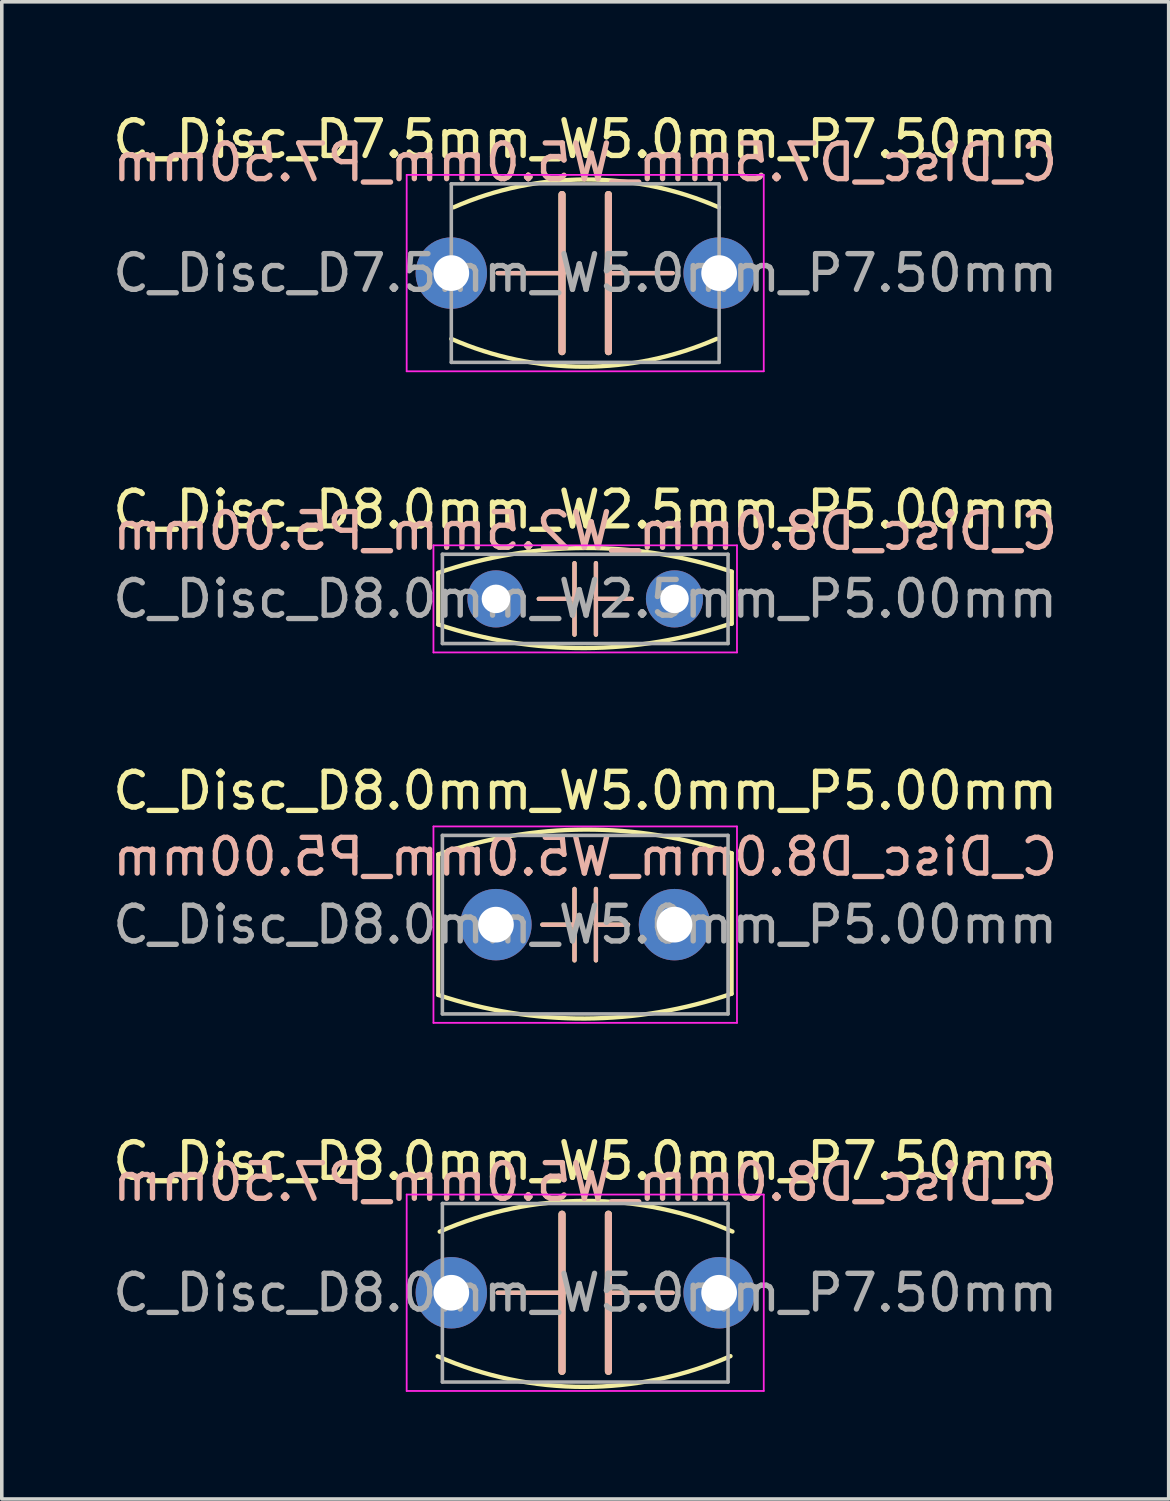
<source format=kicad_pcb>
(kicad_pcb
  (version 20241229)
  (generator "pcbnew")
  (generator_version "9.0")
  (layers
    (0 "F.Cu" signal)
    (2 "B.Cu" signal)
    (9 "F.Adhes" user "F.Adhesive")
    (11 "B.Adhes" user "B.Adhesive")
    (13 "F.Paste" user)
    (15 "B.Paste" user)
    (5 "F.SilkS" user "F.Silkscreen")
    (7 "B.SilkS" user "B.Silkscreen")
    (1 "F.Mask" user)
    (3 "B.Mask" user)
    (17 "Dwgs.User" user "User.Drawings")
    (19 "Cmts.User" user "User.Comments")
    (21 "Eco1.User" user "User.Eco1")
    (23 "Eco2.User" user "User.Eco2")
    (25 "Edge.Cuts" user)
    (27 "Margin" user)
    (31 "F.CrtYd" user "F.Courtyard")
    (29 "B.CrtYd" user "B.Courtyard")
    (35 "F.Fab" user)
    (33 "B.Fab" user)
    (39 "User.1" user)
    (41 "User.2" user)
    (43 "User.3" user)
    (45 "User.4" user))
  (footprint "C_Disc_D8.0mm_W5.0mm_P7.50mm"
    (layer "F.Cu")
    (at 9.589 33.154)
    (property "Reference" "C_Disc_D8.0mm_W5.0mm_P7.50mm" (at 3.75 -3.687 0) (layer "F.SilkS") (effects (font (size 1 1) (thickness 0.15))))
    (fp_line (start 1.3 0) (end 3.1 0) (stroke (width 0.12) (type solid)) (layer "F.SilkS"))
    (fp_line (start 3.1 0) (end 3.1 -2.2) (stroke (width 0.2) (type solid)) (layer "F.SilkS"))
    (fp_line (start 3.1 0) (end 3.1 2.2) (stroke (width 0.2) (type solid)) (layer "F.SilkS"))
    (fp_line (start 4.4 0) (end 4.4 -2.2) (stroke (width 0.2) (type solid)) (layer "F.SilkS"))
    (fp_line (start 4.4 0) (end 4.4 2.2) (stroke (width 0.2) (type solid)) (layer "F.SilkS"))
    (fp_line (start 4.4 0) (end 6.2 0) (stroke (width 0.12) (type solid)) (layer "F.SilkS"))
    (fp_arc (start -0.325738 -1.711198) (mid 3.773785 -2.57289) (end 7.874 -1.7145) (stroke (width 0.12) (type solid)) (layer "F.SilkS"))
    (fp_arc (start 7.818738 1.774698) (mid 3.719215 2.63639) (end -0.381 1.778) (stroke (width 0.12) (type solid)) (layer "F.SilkS"))
    (fp_line (start 1.3 0) (end 3.048 0) (stroke (width 0.12) (type solid)) (layer "B.SilkS"))
    (fp_line (start 3.1 0) (end 3.1 -2.2) (stroke (width 0.2) (type solid)) (layer "B.SilkS"))
    (fp_line (start 3.1 0) (end 3.1 2.2) (stroke (width 0.2) (type solid)) (layer "B.SilkS"))
    (fp_line (start 4.4 0) (end 4.4 -2.2) (stroke (width 0.2) (type solid)) (layer "B.SilkS"))
    (fp_line (start 4.4 0) (end 4.4 2.2) (stroke (width 0.2) (type solid)) (layer "B.SilkS"))
    (fp_line (start 4.445 0) (end 6.2 0) (stroke (width 0.12) (type solid)) (layer "B.SilkS"))
    (fp_line (start -1.25 -2.75) (end -1.25 2.75) (stroke (width 0.05) (type solid)) (layer "F.CrtYd"))
    (fp_line (start -1.25 2.75) (end 8.75 2.75) (stroke (width 0.05) (type solid)) (layer "F.CrtYd"))
    (fp_line (start 8.75 -2.75) (end -1.25 -2.75) (stroke (width 0.05) (type solid)) (layer "F.CrtYd"))
    (fp_line (start 8.75 2.75) (end 8.75 -2.75) (stroke (width 0.05) (type solid)) (layer "F.CrtYd"))
    (fp_line (start -0.25 -2.5) (end -0.25 2.5) (stroke (width 0.1) (type solid)) (layer "F.Fab"))
    (fp_line (start -0.25 2.5) (end 7.75 2.5) (stroke (width 0.1) (type solid)) (layer "F.Fab"))
    (fp_line (start 7.75 -2.5) (end -0.25 -2.5) (stroke (width 0.1) (type solid)) (layer "F.Fab"))
    (fp_line (start 7.75 2.5) (end 7.75 -2.5) (stroke (width 0.1) (type solid)) (layer "F.Fab"))
    (fp_text user "${REFERENCE}" (at 3.75 -3.1 0) (layer "B.SilkS") (effects (font (size 1 1) (thickness 0.15)) (justify mirror)))
    (fp_text user "${REFERENCE}" (at 3.75 0 0) (layer "F.Fab") (effects (font (size 1 1) (thickness 0.15))))
    (pad "1" thru_hole circle (at 0 0) (size 2 2) (drill 1) (layers "*.Cu" "*.Mask"))
    (pad "2" thru_hole circle (at 7.5 0) (size 2 2) (drill 1) (layers "*.Cu" "*.Mask")))
  (footprint "C_Disc_D8.0mm_W5.0mm_P5.00mm"
    (layer "F.Cu")
    (at 10.839 22.845)
    (property "Reference" "C_Disc_D8.0mm_W5.0mm_P5.00mm" (at 2.5 -3.75 0) (layer "F.SilkS") (effects (font (size 1 1) (thickness 0.15))))
    (fp_line (start -1.615 -1.968) (end -1.615 1.968) (stroke (width 0.12) (type solid)) (layer "F.SilkS"))
    (fp_line (start 1.3 0) (end 2.2 0) (stroke (width 0.12) (type solid)) (layer "F.SilkS"))
    (fp_line (start 2.2 0) (end 2.2 -1) (stroke (width 0.12) (type solid)) (layer "F.SilkS"))
    (fp_line (start 2.2 0) (end 2.2 1) (stroke (width 0.12) (type solid)) (layer "F.SilkS"))
    (fp_line (start 2.8 -1) (end 2.8 1) (stroke (width 0.12) (type solid)) (layer "F.SilkS"))
    (fp_line (start 2.8 0) (end 3.7 0) (stroke (width 0.12) (type solid)) (layer "F.SilkS"))
    (fp_line (start 6.599 1.935) (end 6.604 -1.999) (stroke (width 0.12) (type solid)) (layer "F.SilkS"))
    (fp_arc (start -1.614989 -1.9685) (mid 2.491959 -2.66205) (end 6.604 -1.999369) (stroke (width 0.12) (type solid)) (layer "F.SilkS"))
    (fp_arc (start 6.598727 1.934978) (mid 2.494632 2.628733) (end -1.614989 1.9685) (stroke (width 0.12) (type solid)) (layer "F.SilkS"))
    (fp_line (start 1.3 0) (end 2.2 0) (stroke (width 0.12) (type solid)) (layer "B.SilkS"))
    (fp_line (start 2.2 0) (end 2.2 -1) (stroke (width 0.12) (type solid)) (layer "B.SilkS"))
    (fp_line (start 2.2 0) (end 2.2 1) (stroke (width 0.12) (type solid)) (layer "B.SilkS"))
    (fp_line (start 2.8 0) (end 3.7 0) (stroke (width 0.12) (type solid)) (layer "B.SilkS"))
    (fp_line (start 2.8 1) (end 2.8 -1) (stroke (width 0.12) (type solid)) (layer "B.SilkS"))
    (fp_line (start -1.75 -2.75) (end -1.75 2.75) (stroke (width 0.05) (type solid)) (layer "F.CrtYd"))
    (fp_line (start -1.75 2.75) (end 6.75 2.75) (stroke (width 0.05) (type solid)) (layer "F.CrtYd"))
    (fp_line (start 6.75 -2.75) (end -1.75 -2.75) (stroke (width 0.05) (type solid)) (layer "F.CrtYd"))
    (fp_line (start 6.75 2.75) (end 6.75 -2.75) (stroke (width 0.05) (type solid)) (layer "F.CrtYd"))
    (fp_line (start -1.5 -2.5) (end -1.5 2.5) (stroke (width 0.1) (type solid)) (layer "F.Fab"))
    (fp_line (start -1.5 2.5) (end 6.5 2.5) (stroke (width 0.1) (type solid)) (layer "F.Fab"))
    (fp_line (start 6.5 -2.5) (end -1.5 -2.5) (stroke (width 0.1) (type solid)) (layer "F.Fab"))
    (fp_line (start 6.5 2.5) (end 6.5 -2.5) (stroke (width 0.1) (type solid)) (layer "F.Fab"))
    (fp_text user "${REFERENCE}" (at 2.5 -1.9 0) (layer "B.SilkS") (effects (font (size 1 1) (thickness 0.15)) (justify mirror)))
    (fp_text user "${REFERENCE}" (at 2.5 0 0) (layer "F.Fab") (effects (font (size 1 1) (thickness 0.15))))
    (pad "1" thru_hole circle (at 0 0) (size 2 2) (drill 1) (layers "*.Cu" "*.Mask"))
    (pad "2" thru_hole circle (at 5 0) (size 2 2) (drill 1) (layers "*.Cu" "*.Mask")))
  (footprint "C_Disc_D7.5mm_W5.0mm_P7.50mm"
    (layer "F.Cu")
    (at 9.589 4.598)
    (property "Reference" "C_Disc_D7.5mm_W5.0mm_P7.50mm" (at 3.75 -3.75 0) (layer "F.SilkS") (effects (font (size 1 1) (thickness 0.15))))
    (fp_line (start 1.3 0) (end 3.048 0) (stroke (width 0.12) (type solid)) (layer "F.SilkS"))
    (fp_line (start 3.1 0) (end 3.1 -2.2) (stroke (width 0.2) (type solid)) (layer "F.SilkS"))
    (fp_line (start 3.1 0) (end 3.1 2.2) (stroke (width 0.2) (type solid)) (layer "F.SilkS"))
    (fp_line (start 4.4 0) (end 4.4 -2.2) (stroke (width 0.2) (type solid)) (layer "F.SilkS"))
    (fp_line (start 4.4 0) (end 4.4 2.2) (stroke (width 0.2) (type solid)) (layer "F.SilkS"))
    (fp_line (start 4.445 0) (end 6.2 0) (stroke (width 0.12) (type solid)) (layer "F.SilkS"))
    (fp_arc (start 0.063384 -1.8415) (mid 3.77822 -2.621484) (end 7.493 -1.841237) (stroke (width 0.12) (type solid)) (layer "F.SilkS"))
    (fp_arc (start 7.4295 1.8415) (mid 3.714664 2.621484) (end -0.000116 1.841237) (stroke (width 0.12) (type solid)) (layer "F.SilkS"))
    (fp_line (start 1.3 0) (end 3.048 0) (stroke (width 0.12) (type solid)) (layer "B.SilkS"))
    (fp_line (start 3.1 0) (end 3.1 -2.2) (stroke (width 0.2) (type solid)) (layer "B.SilkS"))
    (fp_line (start 3.1 0) (end 3.1 2.2) (stroke (width 0.2) (type solid)) (layer "B.SilkS"))
    (fp_line (start 4.4 0) (end 4.4 -2.2) (stroke (width 0.2) (type solid)) (layer "B.SilkS"))
    (fp_line (start 4.4 0) (end 4.4 2.2) (stroke (width 0.2) (type solid)) (layer "B.SilkS"))
    (fp_line (start 4.445 0) (end 6.2 0) (stroke (width 0.12) (type solid)) (layer "B.SilkS"))
    (fp_line (start -1.25 -2.75) (end -1.25 2.75) (stroke (width 0.05) (type solid)) (layer "F.CrtYd"))
    (fp_line (start -1.25 2.75) (end 8.75 2.75) (stroke (width 0.05) (type solid)) (layer "F.CrtYd"))
    (fp_line (start 8.75 -2.75) (end -1.25 -2.75) (stroke (width 0.05) (type solid)) (layer "F.CrtYd"))
    (fp_line (start 8.75 2.75) (end 8.75 -2.75) (stroke (width 0.05) (type solid)) (layer "F.CrtYd"))
    (fp_line (start 0 -2.5) (end 0 2.5) (stroke (width 0.1) (type solid)) (layer "F.Fab"))
    (fp_line (start 0 2.5) (end 7.5 2.5) (stroke (width 0.1) (type solid)) (layer "F.Fab"))
    (fp_line (start 7.5 -2.5) (end 0 -2.5) (stroke (width 0.1) (type solid)) (layer "F.Fab"))
    (fp_line (start 7.5 2.5) (end 7.5 -2.5) (stroke (width 0.1) (type solid)) (layer "F.Fab"))
    (fp_text user "${REFERENCE}" (at 3.75 -3.1 0) (layer "B.SilkS") (effects (font (size 1 1) (thickness 0.15)) (justify mirror)))
    (fp_text user "${REFERENCE}" (at 3.75 0 0) (layer "F.Fab") (effects (font (size 1 1) (thickness 0.15))))
    (pad "1" thru_hole circle (at 0 0) (size 2 2) (drill 1) (layers "*.Cu" "*.Mask"))
    (pad "2" thru_hole circle (at 7.5 0) (size 2 2) (drill 1) (layers "*.Cu" "*.Mask")))
  (footprint "C_Disc_D8.0mm_W2.5mm_P5.00mm"
    (layer "F.Cu")
    (at 10.839 13.722)
    (property "Reference" "C_Disc_D8.0mm_W2.5mm_P5.00mm" (at 2.5 -2.5 0) (layer "F.SilkS") (effects (font (size 1 1) (thickness 0.15))))
    (fp_line (start -1.615 -0.731) (end -1.615 0.717) (stroke (width 0.12) (type solid)) (layer "F.SilkS"))
    (fp_line (start 1.2 0) (end 2.2 0) (stroke (width 0.12) (type solid)) (layer "F.SilkS"))
    (fp_line (start 2.2 0) (end 2.2 -1) (stroke (width 0.12) (type solid)) (layer "F.SilkS"))
    (fp_line (start 2.2 0) (end 2.2 1) (stroke (width 0.12) (type solid)) (layer "F.SilkS"))
    (fp_line (start 2.8 -1) (end 2.8 1) (stroke (width 0.12) (type solid)) (layer "F.SilkS"))
    (fp_line (start 2.8 0) (end 3.8 0) (stroke (width 0.12) (type solid)) (layer "F.SilkS"))
    (fp_line (start 6.604 0.699) (end 6.604 -0.762) (stroke (width 0.12) (type solid)) (layer "F.SilkS"))
    (fp_arc (start -1.614989 -0.731131) (mid 2.491959 -1.424681) (end 6.604 -0.762) (stroke (width 0.12) (type solid)) (layer "F.SilkS"))
    (fp_arc (start 6.598727 0.683147) (mid 2.494632 1.376902) (end -1.614989 0.716669) (stroke (width 0.12) (type solid)) (layer "F.SilkS"))
    (fp_line (start 1.2 0) (end 2.2 0) (stroke (width 0.12) (type solid)) (layer "B.SilkS"))
    (fp_line (start 2.2 0) (end 2.2 -1) (stroke (width 0.12) (type solid)) (layer "B.SilkS"))
    (fp_line (start 2.2 0) (end 2.2 1) (stroke (width 0.12) (type solid)) (layer "B.SilkS"))
    (fp_line (start 2.8 0) (end 3.8 0) (stroke (width 0.12) (type solid)) (layer "B.SilkS"))
    (fp_line (start 2.8 1) (end 2.8 -1) (stroke (width 0.12) (type solid)) (layer "B.SilkS"))
    (fp_line (start -1.75 -1.5) (end -1.75 1.5) (stroke (width 0.05) (type solid)) (layer "F.CrtYd"))
    (fp_line (start -1.75 1.5) (end 6.75 1.5) (stroke (width 0.05) (type solid)) (layer "F.CrtYd"))
    (fp_line (start 6.75 -1.5) (end -1.75 -1.5) (stroke (width 0.05) (type solid)) (layer "F.CrtYd"))
    (fp_line (start 6.75 1.5) (end 6.75 -1.5) (stroke (width 0.05) (type solid)) (layer "F.CrtYd"))
    (fp_line (start -1.5 -1.25) (end -1.5 1.25) (stroke (width 0.1) (type solid)) (layer "F.Fab"))
    (fp_line (start -1.5 1.25) (end 6.5 1.25) (stroke (width 0.1) (type solid)) (layer "F.Fab"))
    (fp_line (start 6.5 -1.25) (end -1.5 -1.25) (stroke (width 0.1) (type solid)) (layer "F.Fab"))
    (fp_line (start 6.5 1.25) (end 6.5 -1.25) (stroke (width 0.1) (type solid)) (layer "F.Fab"))
    (fp_text user "${REFERENCE}" (at 2.5 -1.9 0) (layer "B.SilkS") (effects (font (size 1 1) (thickness 0.15)) (justify mirror)))
    (fp_text user "${REFERENCE}" (at 2.5 0 0) (layer "F.Fab") (effects (font (size 1 1) (thickness 0.15))))
    (pad "1" thru_hole circle (at 0 0) (size 1.6 1.6) (drill 0.8) (layers "*.Cu" "*.Mask"))
    (pad "2" thru_hole circle (at 5 0) (size 1.6 1.6) (drill 0.8) (layers "*.Cu" "*.Mask")))
  (gr_rect
    (start -3 -3)
    (end 29.679 38.929)
    (stroke (width 0.1) (type default))
    (fill no)
    (layer "Edge.Cuts")))
</source>
